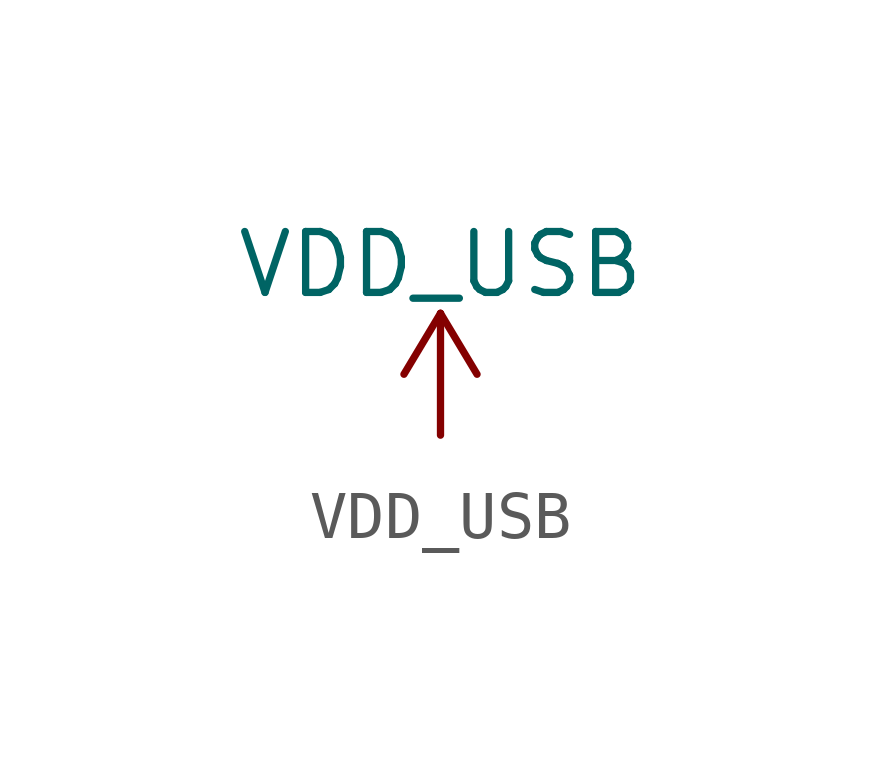
<source format=kicad_sym>
(kicad_symbol_lib
  (version 20211014)
  (generator kicad_symbol_editor)
  (symbol "VDD_USB"
    (power)
    (pin_names
      (offset 0))
    (property "Reference" "#PWR"
      (at 0 -3.81 0)
      (effects (font (size 1.27 1.27)) hide))
    (property "Value" "VDD_USB"
      (at 0 3.556 0)
      (effects (font (size 1.27 1.27))))
    (symbol "VDD_USB_0_1"
      (polyline (pts (xy -0.762 1.27) (xy 0 2.54)) (stroke (width 0) (type default) (color 0 0 0 0)) (fill (type none)))
      (polyline (pts (xy 0 0) (xy 0 2.54)) (stroke (width 0) (type default) (color 0 0 0 0)) (fill (type none)))
      (polyline (pts (xy 0 2.54) (xy 0.762 1.27)) (stroke (width 0) (type default) (color 0 0 0 0)) (fill (type none))))
    (symbol "VDD_USB_1_1"
      (pin power_in line (at 0 0 90) (length 0) hide (name "VDD_USB" (effects (font (size 1.27 1.27)))) (number "1" (effects (font (size 1.27 1.27))))))))
</source>
